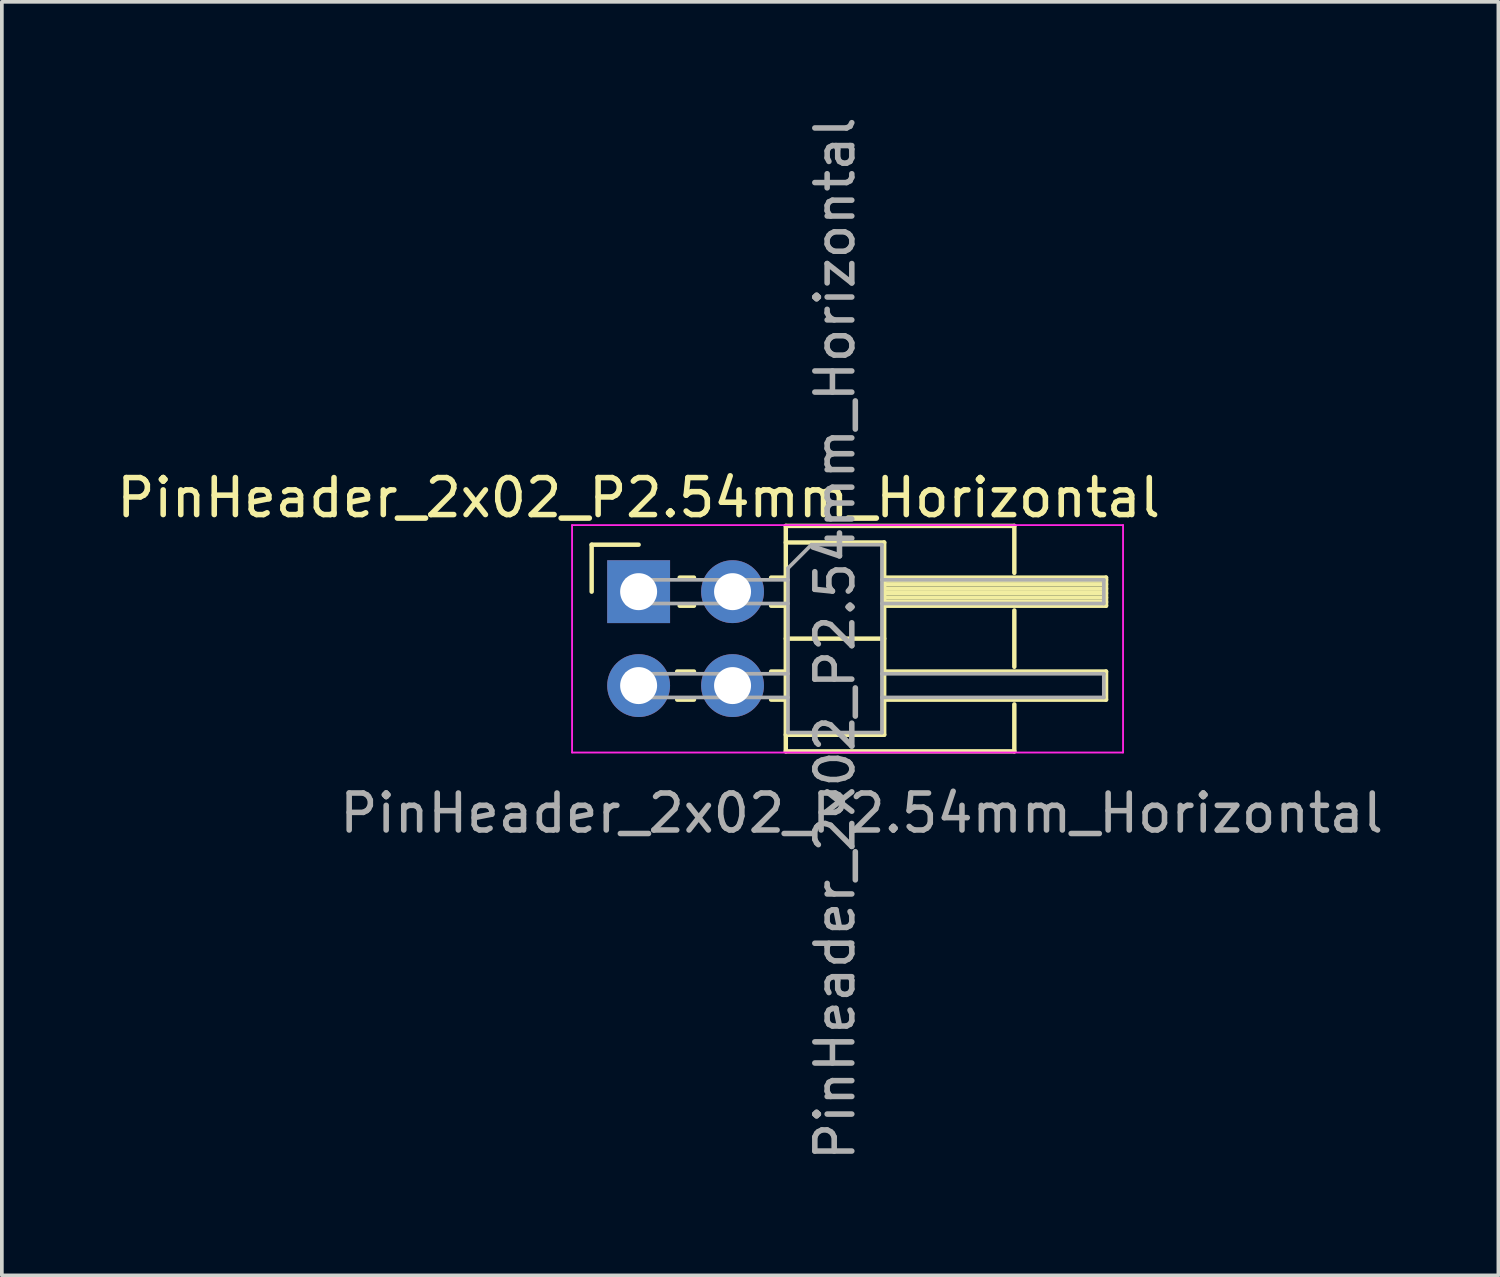
<source format=kicad_pcb>
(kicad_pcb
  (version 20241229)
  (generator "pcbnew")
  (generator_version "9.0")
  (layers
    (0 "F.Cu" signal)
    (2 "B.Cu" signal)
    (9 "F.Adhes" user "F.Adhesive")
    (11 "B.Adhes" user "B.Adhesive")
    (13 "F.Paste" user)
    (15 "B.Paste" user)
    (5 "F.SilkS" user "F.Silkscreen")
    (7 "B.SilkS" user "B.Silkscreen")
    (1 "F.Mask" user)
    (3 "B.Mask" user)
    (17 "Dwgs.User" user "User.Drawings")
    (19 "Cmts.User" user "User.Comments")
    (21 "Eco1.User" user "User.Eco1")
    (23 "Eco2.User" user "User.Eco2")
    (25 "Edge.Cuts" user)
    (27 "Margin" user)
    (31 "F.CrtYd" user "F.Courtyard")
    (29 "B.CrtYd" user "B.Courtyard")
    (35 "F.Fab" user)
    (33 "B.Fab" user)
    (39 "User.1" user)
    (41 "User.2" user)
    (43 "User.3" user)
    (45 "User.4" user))
  (footprint "PinHeader_2x02_P2.54mm_Horizontal"
    (layer "F.Cu")
    (at 14.22 12.95)
    (property "Reference" "PinHeader_2x02_P2.54mm_Horizontal" (at 0 -2.54 0) (unlocked yes) (layer "F.SilkS") (effects (font (size 1 1) (thickness 0.15))))
    (attr through_hole)
    (fp_line (start -1.27 -1.27) (end 0 -1.27) (stroke (width 0.12) (type solid)) (layer "F.SilkS"))
    (fp_line (start -1.27 0) (end -1.27 -1.27) (stroke (width 0.12) (type solid)) (layer "F.SilkS"))
    (fp_line (start 1.043 2.16) (end 1.497 2.16) (stroke (width 0.12) (type solid)) (layer "F.SilkS"))
    (fp_line (start 1.043 2.92) (end 1.497 2.92) (stroke (width 0.12) (type solid)) (layer "F.SilkS"))
    (fp_line (start 1.11 -0.38) (end 1.497 -0.38) (stroke (width 0.12) (type solid)) (layer "F.SilkS"))
    (fp_line (start 1.11 0.38) (end 1.497 0.38) (stroke (width 0.12) (type solid)) (layer "F.SilkS"))
    (fp_line (start 3.583 -0.38) (end 3.98 -0.38) (stroke (width 0.12) (type solid)) (layer "F.SilkS"))
    (fp_line (start 3.583 0.38) (end 3.98 0.38) (stroke (width 0.12) (type solid)) (layer "F.SilkS"))
    (fp_line (start 3.583 2.16) (end 3.98 2.16) (stroke (width 0.12) (type solid)) (layer "F.SilkS"))
    (fp_line (start 3.583 2.92) (end 3.98 2.92) (stroke (width 0.12) (type solid)) (layer "F.SilkS"))
    (fp_line (start 3.98 -1.778) (end 3.98 4.318) (stroke (width 0.12) (type solid)) (layer "F.SilkS"))
    (fp_line (start 3.98 -1.778) (end 10.16 -1.778) (stroke (width 0.12) (type default)) (layer "F.SilkS"))
    (fp_line (start 3.98 1.27) (end 6.64 1.27) (stroke (width 0.12) (type solid)) (layer "F.SilkS"))
    (fp_line (start 3.98 3.87) (end 6.64 3.87) (stroke (width 0.12) (type solid)) (layer "F.SilkS"))
    (fp_line (start 3.98 4.318) (end 10.16 4.318) (stroke (width 0.12) (type default)) (layer "F.SilkS"))
    (fp_line (start 6.64 -1.33) (end 3.98 -1.33) (stroke (width 0.12) (type solid)) (layer "F.SilkS"))
    (fp_line (start 6.64 -0.38) (end 12.64 -0.38) (stroke (width 0.12) (type solid)) (layer "F.SilkS"))
    (fp_line (start 6.64 -0.32) (end 12.64 -0.32) (stroke (width 0.12) (type solid)) (layer "F.SilkS"))
    (fp_line (start 6.64 -0.2) (end 12.64 -0.2) (stroke (width 0.12) (type solid)) (layer "F.SilkS"))
    (fp_line (start 6.64 -0.08) (end 12.64 -0.08) (stroke (width 0.12) (type solid)) (layer "F.SilkS"))
    (fp_line (start 6.64 0.04) (end 12.64 0.04) (stroke (width 0.12) (type solid)) (layer "F.SilkS"))
    (fp_line (start 6.64 0.16) (end 12.64 0.16) (stroke (width 0.12) (type solid)) (layer "F.SilkS"))
    (fp_line (start 6.64 0.28) (end 12.64 0.28) (stroke (width 0.12) (type solid)) (layer "F.SilkS"))
    (fp_line (start 6.64 2.16) (end 12.64 2.16) (stroke (width 0.12) (type solid)) (layer "F.SilkS"))
    (fp_line (start 6.64 3.87) (end 6.64 -1.33) (stroke (width 0.12) (type solid)) (layer "F.SilkS"))
    (fp_line (start 10.16 -1.778) (end 10.16 -0.508) (stroke (width 0.12) (type default)) (layer "F.SilkS"))
    (fp_line (start 10.16 2.032) (end 10.16 0.508) (stroke (width 0.12) (type default)) (layer "F.SilkS"))
    (fp_line (start 10.16 4.318) (end 10.16 3.048) (stroke (width 0.12) (type default)) (layer "F.SilkS"))
    (fp_line (start 12.64 -0.38) (end 12.64 0.38) (stroke (width 0.12) (type solid)) (layer "F.SilkS"))
    (fp_line (start 12.64 0.38) (end 6.64 0.38) (stroke (width 0.12) (type solid)) (layer "F.SilkS"))
    (fp_line (start 12.64 2.16) (end 12.64 2.92) (stroke (width 0.12) (type solid)) (layer "F.SilkS"))
    (fp_line (start 12.64 2.92) (end 6.64 2.92) (stroke (width 0.12) (type solid)) (layer "F.SilkS"))
    (fp_line (start -1.8 -1.8) (end -1.8 4.35) (stroke (width 0.05) (type solid)) (layer "F.CrtYd"))
    (fp_line (start -1.8 4.35) (end 13.1 4.35) (stroke (width 0.05) (type solid)) (layer "F.CrtYd"))
    (fp_line (start 13.1 -1.8) (end -1.8 -1.8) (stroke (width 0.05) (type solid)) (layer "F.CrtYd"))
    (fp_line (start 13.1 4.35) (end 13.1 -1.8) (stroke (width 0.05) (type solid)) (layer "F.CrtYd"))
    (fp_line (start -0.32 -0.32) (end -0.32 0.32) (stroke (width 0.1) (type solid)) (layer "F.Fab"))
    (fp_line (start -0.32 -0.32) (end 4.04 -0.32) (stroke (width 0.1) (type solid)) (layer "F.Fab"))
    (fp_line (start -0.32 0.32) (end 4.04 0.32) (stroke (width 0.1) (type solid)) (layer "F.Fab"))
    (fp_line (start -0.32 2.22) (end -0.32 2.86) (stroke (width 0.1) (type solid)) (layer "F.Fab"))
    (fp_line (start -0.32 2.22) (end 4.04 2.22) (stroke (width 0.1) (type solid)) (layer "F.Fab"))
    (fp_line (start -0.32 2.86) (end 4.04 2.86) (stroke (width 0.1) (type solid)) (layer "F.Fab"))
    (fp_line (start 4.04 -0.635) (end 4.675 -1.27) (stroke (width 0.1) (type solid)) (layer "F.Fab"))
    (fp_line (start 4.04 3.81) (end 4.04 -0.635) (stroke (width 0.1) (type solid)) (layer "F.Fab"))
    (fp_line (start 4.675 -1.27) (end 6.58 -1.27) (stroke (width 0.1) (type solid)) (layer "F.Fab"))
    (fp_line (start 6.58 -1.27) (end 6.58 3.81) (stroke (width 0.1) (type solid)) (layer "F.Fab"))
    (fp_line (start 6.58 -0.32) (end 12.58 -0.32) (stroke (width 0.1) (type solid)) (layer "F.Fab"))
    (fp_line (start 6.58 0.32) (end 12.58 0.32) (stroke (width 0.1) (type solid)) (layer "F.Fab"))
    (fp_line (start 6.58 2.22) (end 12.58 2.22) (stroke (width 0.1) (type solid)) (layer "F.Fab"))
    (fp_line (start 6.58 2.86) (end 12.58 2.86) (stroke (width 0.1) (type solid)) (layer "F.Fab"))
    (fp_line (start 6.58 3.81) (end 4.04 3.81) (stroke (width 0.1) (type solid)) (layer "F.Fab"))
    (fp_line (start 12.58 -0.32) (end 12.58 0.32) (stroke (width 0.1) (type solid)) (layer "F.Fab"))
    (fp_line (start 12.58 2.22) (end 12.58 2.86) (stroke (width 0.1) (type solid)) (layer "F.Fab"))
    (fp_text user "${REFERENCE}" (at 5.31 1.27 90) (layer "F.Fab") (effects (font (size 1 1) (thickness 0.15))))
    (fp_text user "${REFERENCE}" (at 6.03 5.99 0) (unlocked yes) (layer "F.Fab") (effects (font (size 1 1) (thickness 0.15))))
    (pad "1" thru_hole rect (at 0 0) (size 1.7 1.7) (drill 1) (layers "*.Cu" "*.Mask"))
    (pad "2" thru_hole oval (at 2.54 0) (size 1.7 1.7) (drill 1) (layers "*.Cu" "*.Mask"))
    (pad "3" thru_hole oval (at 0 2.54) (size 1.7 1.7) (drill 1) (layers "*.Cu" "*.Mask"))
    (pad "4" thru_hole oval (at 2.54 2.54) (size 1.7 1.7) (drill 1) (layers "*.Cu" "*.Mask")))
  (gr_rect
    (start -3 -3)
    (end 37.47 31.44)
    (stroke (width 0.1) (type default))
    (fill no)
    (layer "Edge.Cuts")))
</source>
